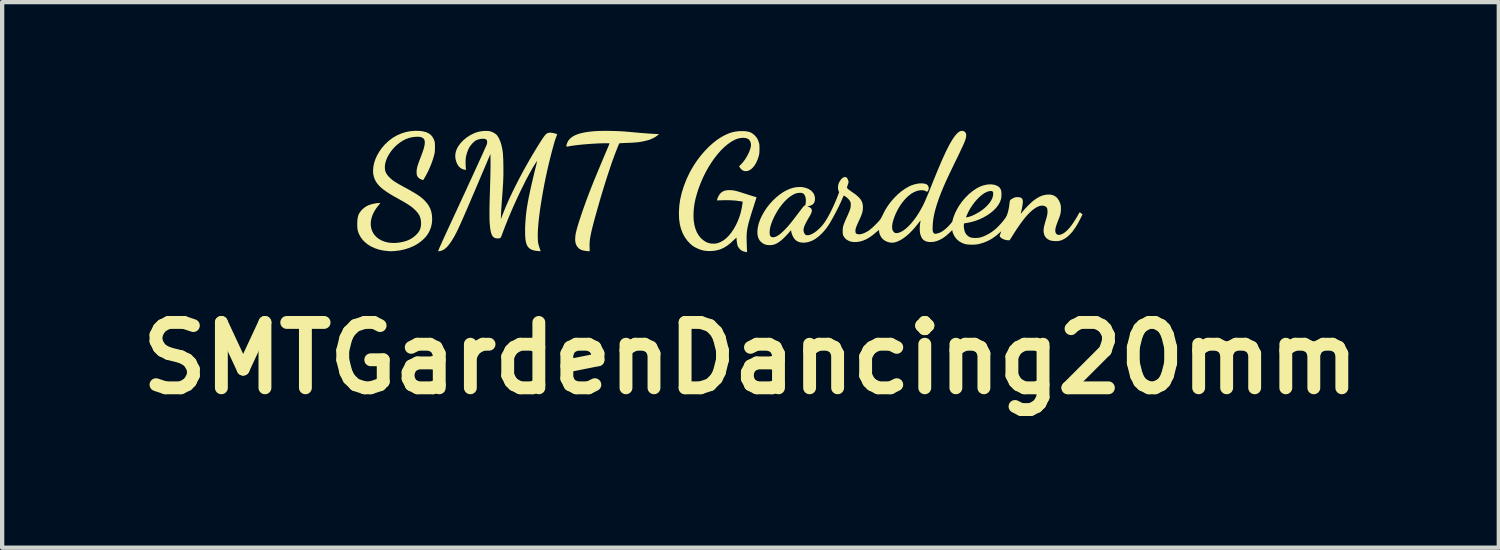
<source format=kicad_pcb>
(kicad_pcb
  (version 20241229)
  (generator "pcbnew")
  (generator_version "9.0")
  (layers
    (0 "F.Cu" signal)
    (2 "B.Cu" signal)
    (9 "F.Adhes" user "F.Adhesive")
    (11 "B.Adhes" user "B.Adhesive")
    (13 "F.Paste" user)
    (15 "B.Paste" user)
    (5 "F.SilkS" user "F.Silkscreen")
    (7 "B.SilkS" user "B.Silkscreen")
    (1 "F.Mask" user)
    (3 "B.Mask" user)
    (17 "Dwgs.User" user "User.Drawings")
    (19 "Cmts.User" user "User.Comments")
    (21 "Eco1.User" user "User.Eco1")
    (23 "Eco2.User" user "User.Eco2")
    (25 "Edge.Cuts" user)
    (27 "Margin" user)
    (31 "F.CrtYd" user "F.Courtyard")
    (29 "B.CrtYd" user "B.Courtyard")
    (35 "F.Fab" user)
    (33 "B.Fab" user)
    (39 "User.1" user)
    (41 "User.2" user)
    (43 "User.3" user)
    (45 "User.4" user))
  (footprint "SMTGardenDancing20mm"
    (layer "F.Cu")
    (at 14.449 5.303)
    (property "Reference" "SMTGardenDancing20mm" (at 0 0 0) (layer "F.SilkS") (effects (font (size 1.524 1.524) (thickness 0.3))))
    (attr board_only exclude_from_pos_files exclude_from_bom)
    (fp_poly (pts (xy -3.222 -5.3) (xy -3.2 -5.299) (xy -3.154 -5.298) (xy -3.114 -5.296) (xy -3.078 -5.295) (xy -3.044 -5.293) (xy -3.011 -5.292) (xy -2.976 -5.289) (xy -2.938 -5.287) (xy -2.895 -5.283) (xy -2.846 -5.279) (xy -2.789 -5.274) (xy -2.722 -5.268) (xy -2.643 -5.261) (xy -2.582 -5.255) (xy -2.517 -5.25) (xy -2.452 -5.245) (xy -2.39 -5.24) (xy -2.334 -5.236) (xy -2.288 -5.234) (xy -2.28 -5.233) (xy -2.238 -5.231) (xy -2.201 -5.229) (xy -2.17 -5.227) (xy -2.148 -5.226) (xy -2.136 -5.224) (xy -2.135 -5.224) (xy -2.139 -5.219) (xy -2.151 -5.209) (xy -2.17 -5.194) (xy -2.178 -5.188) (xy -2.236 -5.149) (xy -2.301 -5.117) (xy -2.373 -5.089) (xy -2.456 -5.067) (xy -2.515 -5.054) (xy -2.56 -5.046) (xy -2.604 -5.039) (xy -2.65 -5.034) (xy -2.701 -5.03) (xy -2.758 -5.026) (xy -2.824 -5.023) (xy -2.885 -5.021) (xy -2.931 -5.019) (xy -2.973 -5.017) (xy -3.009 -5.015) (xy -3.036 -5.013) (xy -3.054 -5.011) (xy -3.059 -5.01) (xy -3.064 -5.001) (xy -3.072 -4.982) (xy -3.084 -4.954) (xy -3.098 -4.918) (xy -3.115 -4.876) (xy -3.133 -4.83) (xy -3.152 -4.781) (xy -3.171 -4.731) (xy -3.189 -4.682) (xy -3.197 -4.66) (xy -3.236 -4.552) (xy -3.277 -4.431) (xy -3.32 -4.301) (xy -3.365 -4.162) (xy -3.411 -4.015) (xy -3.458 -3.862) (xy -3.505 -3.704) (xy -3.551 -3.543) (xy -3.559 -3.517) (xy -3.592 -3.398) (xy -3.622 -3.292) (xy -3.648 -3.196) (xy -3.671 -3.11) (xy -3.69 -3.033) (xy -3.707 -2.964) (xy -3.72 -2.902) (xy -3.731 -2.846) (xy -3.74 -2.795) (xy -3.746 -2.748) (xy -3.75 -2.704) (xy -3.752 -2.663) (xy -3.752 -2.623) (xy -3.751 -2.583) (xy -3.751 -2.578) (xy -3.75 -2.543) (xy -3.749 -2.519) (xy -3.75 -2.505) (xy -3.752 -2.497) (xy -3.755 -2.494) (xy -3.759 -2.494) (xy -3.77 -2.495) (xy -3.791 -2.497) (xy -3.818 -2.5) (xy -3.824 -2.5) (xy -3.885 -2.509) (xy -3.934 -2.522) (xy -3.975 -2.541) (xy -4.01 -2.568) (xy -4.039 -2.602) (xy -4.052 -2.621) (xy -4.073 -2.666) (xy -4.085 -2.72) (xy -4.088 -2.783) (xy -4.083 -2.853) (xy -4.074 -2.912) (xy -4.061 -2.966) (xy -4.044 -3.032) (xy -4.022 -3.107) (xy -3.996 -3.191) (xy -3.966 -3.283) (xy -3.933 -3.382) (xy -3.897 -3.486) (xy -3.858 -3.594) (xy -3.818 -3.705) (xy -3.775 -3.819) (xy -3.731 -3.933) (xy -3.686 -4.047) (xy -3.657 -4.12) (xy -3.639 -4.164) (xy -3.616 -4.219) (xy -3.59 -4.282) (xy -3.561 -4.352) (xy -3.53 -4.426) (xy -3.498 -4.504) (xy -3.465 -4.582) (xy -3.432 -4.66) (xy -3.401 -4.735) (xy -3.371 -4.805) (xy -3.344 -4.869) (xy -3.341 -4.877) (xy -3.324 -4.915) (xy -3.31 -4.949) (xy -3.299 -4.977) (xy -3.291 -4.997) (xy -3.287 -5.007) (xy -3.287 -5.008) (xy -3.293 -5.011) (xy -3.311 -5.012) (xy -3.339 -5.013) (xy -3.376 -5.013) (xy -3.42 -5.013) (xy -3.469 -5.011) (xy -3.522 -5.01) (xy -3.577 -5.007) (xy -3.593 -5.006) (xy -3.703 -5) (xy -3.811 -4.992) (xy -3.916 -4.983) (xy -4.015 -4.973) (xy -4.106 -4.962) (xy -4.186 -4.95) (xy -4.227 -4.943) (xy -4.253 -4.939) (xy -4.274 -4.935) (xy -4.287 -4.934) (xy -4.289 -4.933) (xy -4.293 -4.939) (xy -4.292 -4.954) (xy -4.288 -4.976) (xy -4.281 -5.001) (xy -4.272 -5.026) (xy -4.267 -5.038) (xy -4.239 -5.085) (xy -4.201 -5.127) (xy -4.153 -5.164) (xy -4.095 -5.197) (xy -4.026 -5.225) (xy -3.946 -5.249) (xy -3.854 -5.268) (xy -3.752 -5.283) (xy -3.637 -5.294) (xy -3.511 -5.3) (xy -3.373 -5.302)) (stroke (width 0) (type solid)) (fill yes) (layer "F.SilkS"))
    (fp_poly (pts (xy -0.138 -5.295) (xy -0.08 -5.288) (xy -0.03 -5.277) (xy 0.013 -5.26) (xy 0.052 -5.236) (xy 0.09 -5.205) (xy 0.1 -5.195) (xy 0.131 -5.161) (xy 0.155 -5.127) (xy 0.174 -5.09) (xy 0.191 -5.044) (xy 0.194 -5.033) (xy 0.201 -5.012) (xy 0.205 -4.992) (xy 0.208 -4.97) (xy 0.209 -4.944) (xy 0.21 -4.909) (xy 0.21 -4.88) (xy 0.209 -4.835) (xy 0.208 -4.8) (xy 0.205 -4.771) (xy 0.2 -4.745) (xy 0.195 -4.722) (xy 0.171 -4.644) (xy 0.141 -4.575) (xy 0.107 -4.513) (xy 0.069 -4.461) (xy 0.027 -4.418) (xy -0.017 -4.387) (xy -0.063 -4.368) (xy -0.09 -4.362) (xy -0.135 -4.363) (xy -0.176 -4.377) (xy -0.212 -4.402) (xy -0.244 -4.441) (xy -0.247 -4.446) (xy -0.265 -4.475) (xy -0.221 -4.52) (xy -0.179 -4.566) (xy -0.138 -4.619) (xy -0.101 -4.676) (xy -0.067 -4.735) (xy -0.038 -4.795) (xy -0.015 -4.853) (xy 0.002 -4.908) (xy 0.011 -4.957) (xy 0.011 -4.995) (xy 0.003 -5.034) (xy -0.014 -5.07) (xy -0.037 -5.1) (xy -0.044 -5.106) (xy -0.077 -5.124) (xy -0.119 -5.135) (xy -0.167 -5.139) (xy -0.22 -5.136) (xy -0.275 -5.126) (xy -0.329 -5.11) (xy -0.357 -5.098) (xy -0.438 -5.055) (xy -0.519 -5) (xy -0.6 -4.933) (xy -0.68 -4.856) (xy -0.758 -4.768) (xy -0.835 -4.672) (xy -0.908 -4.568) (xy -0.978 -4.457) (xy -1.044 -4.339) (xy -1.105 -4.216) (xy -1.16 -4.088) (xy -1.21 -3.957) (xy -1.224 -3.917) (xy -1.257 -3.808) (xy -1.284 -3.707) (xy -1.304 -3.61) (xy -1.318 -3.513) (xy -1.326 -3.42) (xy -1.329 -3.309) (xy -1.323 -3.206) (xy -1.308 -3.109) (xy -1.284 -3.02) (xy -1.252 -2.94) (xy -1.211 -2.869) (xy -1.163 -2.807) (xy -1.106 -2.756) (xy -1.042 -2.714) (xy -1.03 -2.708) (xy -0.974 -2.686) (xy -0.917 -2.674) (xy -0.865 -2.672) (xy -0.815 -2.674) (xy -0.772 -2.682) (xy -0.728 -2.697) (xy -0.69 -2.714) (xy -0.625 -2.751) (xy -0.562 -2.801) (xy -0.502 -2.862) (xy -0.444 -2.933) (xy -0.391 -3.013) (xy -0.341 -3.101) (xy -0.297 -3.195) (xy -0.259 -3.294) (xy -0.227 -3.398) (xy -0.204 -3.5) (xy -0.199 -3.526) (xy -0.195 -3.555) (xy -0.19 -3.585) (xy -0.186 -3.612) (xy -0.183 -3.634) (xy -0.182 -3.648) (xy -0.183 -3.651) (xy -0.189 -3.652) (xy -0.206 -3.655) (xy -0.23 -3.66) (xy -0.247 -3.662) (xy -0.357 -3.677) (xy -0.476 -3.684) (xy -0.606 -3.685) (xy -0.639 -3.684) (xy -0.781 -3.68) (xy -0.777 -3.702) (xy -0.771 -3.72) (xy -0.762 -3.744) (xy -0.757 -3.758) (xy -0.728 -3.811) (xy -0.694 -3.853) (xy -0.653 -3.884) (xy -0.606 -3.905) (xy -0.549 -3.917) (xy -0.493 -3.92) (xy -0.462 -3.919) (xy -0.431 -3.917) (xy -0.399 -3.913) (xy -0.365 -3.907) (xy -0.327 -3.898) (xy -0.283 -3.886) (xy -0.23 -3.87) (xy -0.168 -3.85) (xy -0.127 -3.837) (xy -0.077 -3.821) (xy -0.029 -3.805) (xy 0.014 -3.792) (xy 0.051 -3.78) (xy 0.08 -3.772) (xy 0.099 -3.767) (xy 0.102 -3.766) (xy 0.122 -3.761) (xy 0.136 -3.755) (xy 0.14 -3.751) (xy 0.138 -3.744) (xy 0.132 -3.725) (xy 0.124 -3.696) (xy 0.112 -3.66) (xy 0.098 -3.616) (xy 0.083 -3.567) (xy 0.067 -3.518) (xy 0.036 -3.421) (xy 0.009 -3.336) (xy -0.013 -3.261) (xy -0.033 -3.194) (xy -0.049 -3.133) (xy -0.062 -3.078) (xy -0.072 -3.027) (xy -0.08 -2.979) (xy -0.085 -2.932) (xy -0.089 -2.884) (xy -0.09 -2.834) (xy -0.09 -2.781) (xy -0.089 -2.724) (xy -0.087 -2.66) (xy -0.087 -2.653) (xy -0.085 -2.607) (xy -0.083 -2.565) (xy -0.082 -2.529) (xy -0.081 -2.502) (xy -0.08 -2.484) (xy -0.08 -2.478) (xy -0.082 -2.475) (xy -0.09 -2.474) (xy -0.105 -2.477) (xy -0.131 -2.483) (xy -0.135 -2.484) (xy -0.161 -2.491) (xy -0.187 -2.501) (xy -0.198 -2.506) (xy -0.228 -2.526) (xy -0.257 -2.555) (xy -0.282 -2.588) (xy -0.299 -2.621) (xy -0.305 -2.643) (xy -0.311 -2.673) (xy -0.317 -2.706) (xy -0.322 -2.741) (xy -0.324 -2.772) (xy -0.325 -2.796) (xy -0.324 -2.81) (xy -0.327 -2.81) (xy -0.338 -2.802) (xy -0.357 -2.786) (xy -0.382 -2.763) (xy -0.399 -2.747) (xy -0.475 -2.677) (xy -0.55 -2.62) (xy -0.625 -2.574) (xy -0.701 -2.54) (xy -0.78 -2.517) (xy -0.864 -2.503) (xy -0.95 -2.499) (xy -1.033 -2.502) (xy -1.108 -2.514) (xy -1.179 -2.535) (xy -1.245 -2.563) (xy -1.291 -2.586) (xy -1.328 -2.608) (xy -1.362 -2.632) (xy -1.396 -2.661) (xy -1.413 -2.678) (xy -1.479 -2.749) (xy -1.535 -2.829) (xy -1.582 -2.917) (xy -1.619 -3.014) (xy -1.646 -3.118) (xy -1.662 -3.228) (xy -1.666 -3.275) (xy -1.668 -3.42) (xy -1.659 -3.565) (xy -1.637 -3.712) (xy -1.602 -3.86) (xy -1.555 -4.01) (xy -1.496 -4.163) (xy -1.454 -4.255) (xy -1.391 -4.38) (xy -1.318 -4.502) (xy -1.239 -4.62) (xy -1.153 -4.732) (xy -1.062 -4.837) (xy -0.968 -4.934) (xy -0.87 -5.021) (xy -0.771 -5.098) (xy -0.683 -5.155) (xy -0.597 -5.202) (xy -0.516 -5.239) (xy -0.436 -5.266) (xy -0.356 -5.284) (xy -0.274 -5.294) (xy -0.207 -5.296)) (stroke (width 0) (type solid)) (fill yes) (layer "F.SilkS"))
    (fp_poly (pts (xy -7.712 -5.3) (xy -7.634 -5.29) (xy -7.567 -5.272) (xy -7.51 -5.247) (xy -7.462 -5.214) (xy -7.423 -5.173) (xy -7.392 -5.122) (xy -7.372 -5.074) (xy -7.366 -5.056) (xy -7.362 -5.039) (xy -7.359 -5.019) (xy -7.358 -4.995) (xy -7.357 -4.964) (xy -7.357 -4.922) (xy -7.357 -4.92) (xy -7.358 -4.874) (xy -7.359 -4.838) (xy -7.361 -4.809) (xy -7.365 -4.783) (xy -7.371 -4.756) (xy -7.373 -4.747) (xy -7.399 -4.655) (xy -7.432 -4.558) (xy -7.472 -4.458) (xy -7.517 -4.359) (xy -7.566 -4.264) (xy -7.597 -4.21) (xy -7.611 -4.187) (xy -7.622 -4.168) (xy -7.629 -4.157) (xy -7.63 -4.155) (xy -7.637 -4.155) (xy -7.653 -4.16) (xy -7.674 -4.168) (xy -7.695 -4.178) (xy -7.714 -4.187) (xy -7.722 -4.192) (xy -7.741 -4.208) (xy -7.759 -4.23) (xy -7.765 -4.239) (xy -7.774 -4.257) (xy -7.78 -4.275) (xy -7.783 -4.297) (xy -7.785 -4.328) (xy -7.785 -4.33) (xy -7.785 -4.366) (xy -7.781 -4.403) (xy -7.774 -4.443) (xy -7.762 -4.488) (xy -7.745 -4.541) (xy -7.722 -4.604) (xy -7.717 -4.617) (xy -7.693 -4.68) (xy -7.673 -4.731) (xy -7.658 -4.774) (xy -7.645 -4.809) (xy -7.635 -4.838) (xy -7.627 -4.863) (xy -7.62 -4.884) (xy -7.614 -4.905) (xy -7.61 -4.921) (xy -7.597 -4.982) (xy -7.593 -5.034) (xy -7.598 -5.076) (xy -7.612 -5.109) (xy -7.636 -5.134) (xy -7.669 -5.151) (xy -7.713 -5.162) (xy -7.725 -5.163) (xy -7.765 -5.165) (xy -7.813 -5.162) (xy -7.864 -5.157) (xy -7.914 -5.148) (xy -7.953 -5.139) (xy -8.03 -5.112) (xy -8.106 -5.074) (xy -8.179 -5.026) (xy -8.248 -4.971) (xy -8.312 -4.909) (xy -8.37 -4.841) (xy -8.42 -4.769) (xy -8.462 -4.695) (xy -8.494 -4.62) (xy -8.516 -4.544) (xy -8.525 -4.48) (xy -8.525 -4.423) (xy -8.517 -4.372) (xy -8.5 -4.325) (xy -8.473 -4.28) (xy -8.435 -4.234) (xy -8.417 -4.216) (xy -8.395 -4.195) (xy -8.373 -4.175) (xy -8.35 -4.156) (xy -8.324 -4.137) (xy -8.295 -4.117) (xy -8.26 -4.095) (xy -8.218 -4.07) (xy -8.169 -4.042) (xy -8.11 -4.009) (xy -8.057 -3.98) (xy -7.974 -3.935) (xy -7.902 -3.894) (xy -7.84 -3.858) (xy -7.786 -3.825) (xy -7.74 -3.794) (xy -7.7 -3.766) (xy -7.664 -3.738) (xy -7.633 -3.711) (xy -7.603 -3.683) (xy -7.6 -3.679) (xy -7.544 -3.617) (xy -7.5 -3.554) (xy -7.467 -3.489) (xy -7.443 -3.419) (xy -7.428 -3.341) (xy -7.426 -3.321) (xy -7.422 -3.228) (xy -7.43 -3.139) (xy -7.45 -3.053) (xy -7.48 -2.975) (xy -7.51 -2.917) (xy -7.544 -2.866) (xy -7.585 -2.816) (xy -7.62 -2.78) (xy -7.692 -2.717) (xy -7.774 -2.66) (xy -7.865 -2.611) (xy -7.964 -2.57) (xy -8.068 -2.537) (xy -8.177 -2.514) (xy -8.287 -2.5) (xy -8.321 -2.498) (xy -8.351 -2.496) (xy -8.375 -2.495) (xy -8.389 -2.494) (xy -8.39 -2.494) (xy -8.402 -2.495) (xy -8.424 -2.497) (xy -8.452 -2.499) (xy -8.47 -2.5) (xy -8.575 -2.514) (xy -8.674 -2.536) (xy -8.766 -2.568) (xy -8.851 -2.607) (xy -8.927 -2.655) (xy -8.994 -2.71) (xy -9.052 -2.771) (xy -9.099 -2.839) (xy -9.136 -2.913) (xy -9.155 -2.97) (xy -9.16 -2.994) (xy -9.165 -3.018) (xy -9.167 -3.045) (xy -9.169 -3.078) (xy -9.169 -3.121) (xy -9.169 -3.13) (xy -9.167 -3.201) (xy -9.161 -3.262) (xy -9.15 -3.314) (xy -9.133 -3.36) (xy -9.109 -3.401) (xy -9.078 -3.441) (xy -9.054 -3.467) (xy -9.005 -3.51) (xy -8.953 -3.545) (xy -8.895 -3.572) (xy -8.828 -3.593) (xy -8.754 -3.609) (xy -8.719 -3.615) (xy -8.687 -3.618) (xy -8.66 -3.62) (xy -8.642 -3.62) (xy -8.634 -3.617) (xy -8.633 -3.616) (xy -8.637 -3.61) (xy -8.648 -3.596) (xy -8.664 -3.577) (xy -8.671 -3.568) (xy -8.73 -3.491) (xy -8.778 -3.413) (xy -8.814 -3.335) (xy -8.839 -3.257) (xy -8.853 -3.181) (xy -8.854 -3.107) (xy -8.844 -3.035) (xy -8.822 -2.967) (xy -8.787 -2.903) (xy -8.775 -2.885) (xy -8.726 -2.83) (xy -8.667 -2.783) (xy -8.6 -2.745) (xy -8.526 -2.717) (xy -8.445 -2.697) (xy -8.358 -2.688) (xy -8.267 -2.689) (xy -8.19 -2.697) (xy -8.096 -2.715) (xy -8.012 -2.74) (xy -7.937 -2.773) (xy -7.87 -2.814) (xy -7.809 -2.864) (xy -7.793 -2.879) (xy -7.749 -2.929) (xy -7.717 -2.978) (xy -7.696 -3.029) (xy -7.684 -3.086) (xy -7.681 -3.15) (xy -7.682 -3.167) (xy -7.688 -3.231) (xy -7.703 -3.289) (xy -7.727 -3.342) (xy -7.762 -3.393) (xy -7.808 -3.445) (xy -7.815 -3.452) (xy -7.844 -3.479) (xy -7.872 -3.504) (xy -7.903 -3.529) (xy -7.937 -3.554) (xy -7.976 -3.58) (xy -8.02 -3.608) (xy -8.072 -3.639) (xy -8.132 -3.673) (xy -8.202 -3.713) (xy -8.233 -3.73) (xy -8.33 -3.784) (xy -8.414 -3.835) (xy -8.488 -3.883) (xy -8.551 -3.928) (xy -8.606 -3.972) (xy -8.652 -4.015) (xy -8.69 -4.058) (xy -8.722 -4.101) (xy -8.748 -4.146) (xy -8.758 -4.165) (xy -8.783 -4.235) (xy -8.798 -4.311) (xy -8.8 -4.391) (xy -8.792 -4.473) (xy -8.774 -4.558) (xy -8.745 -4.644) (xy -8.706 -4.73) (xy -8.657 -4.815) (xy -8.599 -4.897) (xy -8.532 -4.977) (xy -8.52 -4.989) (xy -8.435 -5.069) (xy -8.343 -5.138) (xy -8.246 -5.195) (xy -8.143 -5.24) (xy -8.035 -5.274) (xy -7.924 -5.295) (xy -7.811 -5.303)) (stroke (width 0) (type solid)) (fill yes) (layer "F.SilkS"))
    (fp_poly (pts (xy -6.099 -5.297) (xy -6.053 -5.287) (xy -6.011 -5.27) (xy -5.969 -5.247) (xy -5.932 -5.22) (xy -5.908 -5.196) (xy -5.885 -5.163) (xy -5.862 -5.121) (xy -5.84 -5.071) (xy -5.821 -5.018) (xy -5.807 -4.97) (xy -5.797 -4.926) (xy -5.788 -4.884) (xy -5.781 -4.843) (xy -5.775 -4.799) (xy -5.771 -4.752) (xy -5.768 -4.698) (xy -5.765 -4.638) (xy -5.763 -4.567) (xy -5.762 -4.497) (xy -5.761 -4.428) (xy -5.761 -4.365) (xy -5.761 -4.304) (xy -5.762 -4.244) (xy -5.764 -4.183) (xy -5.766 -4.12) (xy -5.77 -4.052) (xy -5.775 -3.978) (xy -5.78 -3.896) (xy -5.787 -3.804) (xy -5.794 -3.713) (xy -5.799 -3.651) (xy -5.803 -3.588) (xy -5.807 -3.526) (xy -5.811 -3.469) (xy -5.814 -3.419) (xy -5.816 -3.377) (xy -5.817 -3.35) (xy -5.821 -3.243) (xy -5.778 -3.353) (xy -5.716 -3.508) (xy -5.645 -3.671) (xy -5.566 -3.842) (xy -5.48 -4.017) (xy -5.388 -4.197) (xy -5.29 -4.38) (xy -5.187 -4.564) (xy -5.161 -4.61) (xy -4.973 -4.61) (xy -4.97 -4.607) (xy -4.967 -4.61) (xy -4.97 -4.613) (xy -4.973 -4.61) (xy -5.161 -4.61) (xy -5.08 -4.748) (xy -4.969 -4.932) (xy -4.919 -5.012) (xy -4.88 -5.073) (xy -4.847 -5.123) (xy -4.819 -5.164) (xy -4.794 -5.196) (xy -4.772 -5.22) (xy -4.751 -5.238) (xy -4.731 -5.249) (xy -4.71 -5.256) (xy -4.687 -5.259) (xy -4.662 -5.259) (xy -4.651 -5.258) (xy -4.626 -5.255) (xy -4.596 -5.25) (xy -4.566 -5.243) (xy -4.538 -5.235) (xy -4.518 -5.228) (xy -4.508 -5.223) (xy -4.509 -5.217) (xy -4.515 -5.201) (xy -4.523 -5.179) (xy -4.526 -5.173) (xy -4.536 -5.144) (xy -4.548 -5.111) (xy -4.56 -5.074) (xy -4.573 -5.031) (xy -4.588 -4.979) (xy -4.604 -4.918) (xy -4.624 -4.847) (xy -4.633 -4.813) (xy -4.67 -4.668) (xy -4.706 -4.52) (xy -4.741 -4.369) (xy -4.774 -4.217) (xy -4.805 -4.065) (xy -4.833 -3.914) (xy -4.859 -3.766) (xy -4.883 -3.621) (xy -4.904 -3.482) (xy -4.922 -3.348) (xy -4.937 -3.222) (xy -4.948 -3.105) (xy -4.956 -2.997) (xy -4.96 -2.9) (xy -4.96 -2.857) (xy -4.959 -2.798) (xy -4.957 -2.749) (xy -4.953 -2.706) (xy -4.946 -2.667) (xy -4.936 -2.628) (xy -4.923 -2.586) (xy -4.919 -2.574) (xy -4.909 -2.545) (xy -4.901 -2.521) (xy -4.896 -2.503) (xy -4.895 -2.496) (xy -4.895 -2.496) (xy -4.902 -2.496) (xy -4.92 -2.496) (xy -4.945 -2.498) (xy -4.964 -2.5) (xy -5.032 -2.51) (xy -5.089 -2.525) (xy -5.135 -2.548) (xy -5.173 -2.578) (xy -5.202 -2.617) (xy -5.223 -2.664) (xy -5.233 -2.697) (xy -5.243 -2.745) (xy -5.25 -2.805) (xy -5.254 -2.875) (xy -5.255 -2.953) (xy -5.255 -3.038) (xy -5.251 -3.128) (xy -5.245 -3.222) (xy -5.237 -3.319) (xy -5.226 -3.415) (xy -5.22 -3.461) (xy -5.207 -3.545) (xy -5.191 -3.639) (xy -5.171 -3.745) (xy -5.147 -3.859) (xy -5.121 -3.982) (xy -5.091 -4.111) (xy -5.059 -4.247) (xy -5.025 -4.387) (xy -5.023 -4.396) (xy -5.01 -4.445) (xy -4.999 -4.49) (xy -4.99 -4.53) (xy -4.983 -4.561) (xy -4.978 -4.584) (xy -4.976 -4.596) (xy -4.976 -4.598) (xy -4.98 -4.594) (xy -4.99 -4.58) (xy -5.004 -4.56) (xy -5.021 -4.534) (xy -5.022 -4.532) (xy -5.072 -4.451) (xy -5.125 -4.358) (xy -5.181 -4.256) (xy -5.24 -4.145) (xy -5.299 -4.026) (xy -5.36 -3.902) (xy -5.421 -3.774) (xy -5.481 -3.643) (xy -5.541 -3.51) (xy -5.599 -3.376) (xy -5.654 -3.244) (xy -5.706 -3.114) (xy -5.755 -2.988) (xy -5.8 -2.868) (xy -5.803 -2.859) (xy -5.815 -2.829) (xy -5.827 -2.81) (xy -5.843 -2.799) (xy -5.866 -2.795) (xy -5.899 -2.793) (xy -5.936 -2.797) (xy -5.967 -2.807) (xy -5.993 -2.824) (xy -6.016 -2.85) (xy -6.034 -2.885) (xy -6.05 -2.93) (xy -6.062 -2.985) (xy -6.072 -3.052) (xy -6.079 -3.132) (xy -6.08 -3.14) (xy -6.083 -3.185) (xy -6.085 -3.237) (xy -6.086 -3.297) (xy -6.086 -3.365) (xy -6.086 -3.443) (xy -6.085 -3.53) (xy -6.083 -3.628) (xy -6.08 -3.738) (xy -6.076 -3.859) (xy -6.073 -3.963) (xy -6.071 -4.043) (xy -6.068 -4.125) (xy -6.066 -4.207) (xy -6.065 -4.286) (xy -6.063 -4.361) (xy -6.062 -4.431) (xy -6.061 -4.492) (xy -6.061 -4.543) (xy -6.061 -4.567) (xy -6.063 -4.763) (xy -6.226 -4.38) (xy -6.293 -4.223) (xy -6.354 -4.078) (xy -6.411 -3.944) (xy -6.464 -3.821) (xy -6.512 -3.708) (xy -6.556 -3.605) (xy -6.597 -3.51) (xy -6.634 -3.424) (xy -6.668 -3.346) (xy -6.699 -3.275) (xy -6.727 -3.212) (xy -6.753 -3.154) (xy -6.776 -3.102) (xy -6.798 -3.056) (xy -6.817 -3.014) (xy -6.835 -2.976) (xy -6.852 -2.942) (xy -6.868 -2.911) (xy -6.883 -2.883) (xy -6.897 -2.856) (xy -6.911 -2.831) (xy -6.925 -2.807) (xy -6.94 -2.783) (xy -6.942 -2.778) (xy -6.988 -2.706) (xy -7.032 -2.646) (xy -7.074 -2.597) (xy -7.115 -2.559) (xy -7.156 -2.531) (xy -7.175 -2.521) (xy -7.203 -2.51) (xy -7.229 -2.501) (xy -7.253 -2.496) (xy -7.271 -2.495) (xy -7.279 -2.499) (xy -7.28 -2.501) (xy -7.279 -2.505) (xy -7.277 -2.513) (xy -7.273 -2.525) (xy -7.266 -2.54) (xy -7.258 -2.561) (xy -7.247 -2.587) (xy -7.233 -2.618) (xy -7.216 -2.656) (xy -7.196 -2.7) (xy -7.173 -2.752) (xy -7.146 -2.811) (xy -7.115 -2.878) (xy -7.08 -2.954) (xy -7.041 -3.039) (xy -6.997 -3.134) (xy -6.949 -3.238) (xy -6.896 -3.353) (xy -6.837 -3.479) (xy -6.774 -3.617) (xy -6.758 -3.65) (xy -6.715 -3.744) (xy -6.67 -3.84) (xy -6.625 -3.937) (xy -6.581 -4.035) (xy -6.536 -4.132) (xy -6.492 -4.227) (xy -6.449 -4.32) (xy -6.408 -4.411) (xy -6.368 -4.498) (xy -6.331 -4.58) (xy -6.296 -4.657) (xy -6.263 -4.728) (xy -6.234 -4.792) (xy -6.209 -4.849) (xy -6.187 -4.897) (xy -6.17 -4.936) (xy -6.157 -4.965) (xy -6.149 -4.983) (xy -6.147 -4.988) (xy -6.14 -5.02) (xy -6.14 -5.052) (xy -6.145 -5.079) (xy -6.15 -5.089) (xy -6.168 -5.105) (xy -6.195 -5.114) (xy -6.23 -5.119) (xy -6.27 -5.117) (xy -6.313 -5.11) (xy -6.356 -5.098) (xy -6.398 -5.081) (xy -6.401 -5.08) (xy -6.426 -5.063) (xy -6.455 -5.038) (xy -6.486 -5.008) (xy -6.515 -4.974) (xy -6.541 -4.94) (xy -6.558 -4.913) (xy -6.581 -4.866) (xy -6.603 -4.81) (xy -6.621 -4.751) (xy -6.634 -4.697) (xy -6.639 -4.66) (xy -6.642 -4.614) (xy -6.643 -4.563) (xy -6.642 -4.51) (xy -6.639 -4.459) (xy -6.638 -4.447) (xy -6.632 -4.392) (xy -6.664 -4.396) (xy -6.717 -4.41) (xy -6.762 -4.436) (xy -6.802 -4.473) (xy -6.834 -4.522) (xy -6.86 -4.582) (xy -6.863 -4.589) (xy -6.88 -4.661) (xy -6.884 -4.731) (xy -6.875 -4.799) (xy -6.853 -4.867) (xy -6.818 -4.935) (xy -6.811 -4.945) (xy -6.755 -5.021) (xy -6.688 -5.09) (xy -6.611 -5.152) (xy -6.527 -5.205) (xy -6.437 -5.249) (xy -6.402 -5.262) (xy -6.343 -5.28) (xy -6.28 -5.292) (xy -6.216 -5.3) (xy -6.155 -5.301)) (stroke (width 0) (type solid)) (fill yes) (layer "F.SilkS"))
    (fp_poly (pts (xy 4.965 -5.298) (xy 4.99 -5.285) (xy 5.013 -5.261) (xy 5.016 -5.257) (xy 5.024 -5.244) (xy 5.028 -5.227) (xy 5.03 -5.203) (xy 5.03 -5.191) (xy 5.029 -5.173) (xy 5.026 -5.155) (xy 5.022 -5.134) (xy 5.016 -5.111) (xy 5.007 -5.084) (xy 4.995 -5.052) (xy 4.98 -5.015) (xy 4.961 -4.971) (xy 4.937 -4.92) (xy 4.909 -4.861) (xy 4.877 -4.792) (xy 4.839 -4.713) (xy 4.802 -4.637) (xy 4.754 -4.54) (xy 4.713 -4.453) (xy 4.676 -4.377) (xy 4.643 -4.308) (xy 4.614 -4.247) (xy 4.589 -4.193) (xy 4.566 -4.143) (xy 4.545 -4.097) (xy 4.526 -4.053) (xy 4.507 -4.011) (xy 4.497 -3.987) (xy 4.437 -3.842) (xy 4.386 -3.706) (xy 4.344 -3.579) (xy 4.309 -3.461) (xy 4.282 -3.349) (xy 4.263 -3.245) (xy 4.252 -3.147) (xy 4.249 -3.096) (xy 4.247 -3.045) (xy 4.247 -3.006) (xy 4.249 -2.975) (xy 4.254 -2.952) (xy 4.261 -2.935) (xy 4.271 -2.921) (xy 4.274 -2.918) (xy 4.287 -2.907) (xy 4.298 -2.902) (xy 4.314 -2.902) (xy 4.328 -2.903) (xy 4.383 -2.916) (xy 4.437 -2.938) (xy 4.493 -2.972) (xy 4.551 -3.018) (xy 4.585 -3.049) (xy 4.624 -3.089) (xy 4.658 -3.125) (xy 4.684 -3.157) (xy 4.703 -3.183) (xy 4.712 -3.203) (xy 4.713 -3.209) (xy 4.716 -3.228) (xy 4.724 -3.256) (xy 4.734 -3.287) (xy 5.027 -3.287) (xy 5.033 -3.285) (xy 5.049 -3.287) (xy 5.075 -3.293) (xy 5.108 -3.302) (xy 5.127 -3.308) (xy 5.152 -3.317) (xy 5.184 -3.33) (xy 5.217 -3.346) (xy 5.236 -3.355) (xy 5.316 -3.399) (xy 5.391 -3.448) (xy 5.458 -3.5) (xy 5.516 -3.555) (xy 5.566 -3.611) (xy 5.606 -3.668) (xy 5.636 -3.725) (xy 5.654 -3.781) (xy 5.66 -3.832) (xy 5.658 -3.863) (xy 5.649 -3.884) (xy 5.634 -3.896) (xy 5.61 -3.9) (xy 5.604 -3.9) (xy 5.557 -3.894) (xy 5.506 -3.876) (xy 5.452 -3.848) (xy 5.397 -3.809) (xy 5.341 -3.762) (xy 5.286 -3.707) (xy 5.231 -3.644) (xy 5.179 -3.575) (xy 5.13 -3.501) (xy 5.095 -3.44) (xy 5.082 -3.415) (xy 5.068 -3.386) (xy 5.054 -3.356) (xy 5.042 -3.328) (xy 5.033 -3.305) (xy 5.027 -3.29) (xy 5.027 -3.287) (xy 4.734 -3.287) (xy 4.735 -3.291) (xy 4.75 -3.33) (xy 4.766 -3.371) (xy 4.784 -3.411) (xy 4.793 -3.43) (xy 4.853 -3.539) (xy 4.924 -3.643) (xy 5.005 -3.739) (xy 5.093 -3.827) (xy 5.189 -3.905) (xy 5.276 -3.963) (xy 5.346 -3.999) (xy 5.419 -4.027) (xy 5.492 -4.045) (xy 5.563 -4.054) (xy 5.632 -4.053) (xy 5.695 -4.042) (xy 5.742 -4.025) (xy 5.781 -4.003) (xy 5.811 -3.977) (xy 5.832 -3.944) (xy 5.846 -3.904) (xy 5.852 -3.854) (xy 5.853 -3.819) (xy 5.85 -3.76) (xy 5.841 -3.708) (xy 5.823 -3.657) (xy 5.814 -3.636) (xy 5.776 -3.569) (xy 5.726 -3.504) (xy 5.665 -3.443) (xy 5.595 -3.385) (xy 5.516 -3.331) (xy 5.43 -3.282) (xy 5.339 -3.239) (xy 5.243 -3.203) (xy 5.143 -3.174) (xy 5.042 -3.154) (xy 5.035 -3.153) (xy 4.98 -3.144) (xy 4.976 -3.114) (xy 4.974 -3.081) (xy 4.977 -3.04) (xy 4.985 -2.997) (xy 4.995 -2.958) (xy 5.004 -2.933) (xy 5.03 -2.89) (xy 5.066 -2.854) (xy 5.109 -2.826) (xy 5.125 -2.819) (xy 5.16 -2.81) (xy 5.203 -2.805) (xy 5.251 -2.804) (xy 5.301 -2.807) (xy 5.349 -2.814) (xy 5.369 -2.819) (xy 5.431 -2.84) (xy 5.498 -2.87) (xy 5.566 -2.906) (xy 5.631 -2.948) (xy 5.687 -2.99) (xy 5.74 -3.037) (xy 5.795 -3.091) (xy 5.848 -3.149) (xy 5.898 -3.209) (xy 5.941 -3.266) (xy 5.955 -3.287) (xy 5.973 -3.32) (xy 5.99 -3.364) (xy 6.006 -3.416) (xy 6.019 -3.474) (xy 6.03 -3.535) (xy 6.038 -3.596) (xy 6.039 -3.608) (xy 6.043 -3.643) (xy 6.049 -3.669) (xy 6.059 -3.688) (xy 6.075 -3.703) (xy 6.1 -3.719) (xy 6.126 -3.732) (xy 6.153 -3.745) (xy 6.174 -3.752) (xy 6.195 -3.756) (xy 6.221 -3.757) (xy 6.23 -3.757) (xy 6.273 -3.753) (xy 6.306 -3.743) (xy 6.33 -3.725) (xy 6.344 -3.699) (xy 6.351 -3.668) (xy 6.351 -3.647) (xy 6.349 -3.616) (xy 6.344 -3.577) (xy 6.337 -3.535) (xy 6.329 -3.49) (xy 6.32 -3.448) (xy 6.313 -3.42) (xy 6.308 -3.396) (xy 6.304 -3.378) (xy 6.302 -3.369) (xy 6.303 -3.369) (xy 6.307 -3.373) (xy 6.318 -3.385) (xy 6.334 -3.404) (xy 6.349 -3.423) (xy 6.379 -3.459) (xy 6.415 -3.499) (xy 6.455 -3.541) (xy 6.497 -3.583) (xy 6.537 -3.621) (xy 6.574 -3.655) (xy 6.606 -3.68) (xy 6.61 -3.684) (xy 6.672 -3.727) (xy 6.729 -3.76) (xy 6.783 -3.785) (xy 6.837 -3.802) (xy 6.894 -3.813) (xy 6.899 -3.814) (xy 6.967 -3.817) (xy 7.027 -3.81) (xy 7.08 -3.791) (xy 7.126 -3.761) (xy 7.165 -3.72) (xy 7.198 -3.667) (xy 7.199 -3.665) (xy 7.219 -3.619) (xy 7.232 -3.575) (xy 7.238 -3.529) (xy 7.239 -3.477) (xy 7.238 -3.454) (xy 7.236 -3.423) (xy 7.232 -3.394) (xy 7.227 -3.365) (xy 7.218 -3.334) (xy 7.207 -3.299) (xy 7.191 -3.256) (xy 7.171 -3.205) (xy 7.166 -3.191) (xy 7.141 -3.126) (xy 7.123 -3.072) (xy 7.112 -3.026) (xy 7.107 -2.988) (xy 7.108 -2.956) (xy 7.114 -2.929) (xy 7.118 -2.92) (xy 7.137 -2.895) (xy 7.163 -2.88) (xy 7.195 -2.876) (xy 7.231 -2.882) (xy 7.272 -2.898) (xy 7.315 -2.924) (xy 7.361 -2.96) (xy 7.382 -2.98) (xy 7.427 -3.026) (xy 7.474 -3.084) (xy 7.522 -3.151) (xy 7.571 -3.226) (xy 7.619 -3.305) (xy 7.649 -3.36) (xy 7.661 -3.383) (xy 7.671 -3.397) (xy 7.68 -3.4) (xy 7.692 -3.394) (xy 7.71 -3.38) (xy 7.72 -3.371) (xy 7.742 -3.353) (xy 7.685 -3.238) (xy 7.627 -3.131) (xy 7.568 -3.036) (xy 7.508 -2.953) (xy 7.446 -2.884) (xy 7.383 -2.827) (xy 7.319 -2.783) (xy 7.254 -2.752) (xy 7.213 -2.74) (xy 7.174 -2.733) (xy 7.129 -2.731) (xy 7.081 -2.732) (xy 7.036 -2.737) (xy 6.999 -2.745) (xy 6.993 -2.746) (xy 6.94 -2.77) (xy 6.898 -2.802) (xy 6.866 -2.843) (xy 6.846 -2.891) (xy 6.835 -2.947) (xy 6.835 -2.954) (xy 6.834 -2.989) (xy 6.838 -3.026) (xy 6.845 -3.069) (xy 6.857 -3.118) (xy 6.873 -3.177) (xy 6.88 -3.198) (xy 6.896 -3.253) (xy 6.909 -3.299) (xy 6.917 -3.336) (xy 6.923 -3.368) (xy 6.926 -3.397) (xy 6.926 -3.425) (xy 6.925 -3.438) (xy 6.922 -3.474) (xy 6.915 -3.501) (xy 6.902 -3.52) (xy 6.882 -3.536) (xy 6.867 -3.545) (xy 6.828 -3.557) (xy 6.784 -3.558) (xy 6.735 -3.548) (xy 6.683 -3.526) (xy 6.629 -3.494) (xy 6.572 -3.451) (xy 6.543 -3.426) (xy 6.498 -3.383) (xy 6.453 -3.336) (xy 6.407 -3.283) (xy 6.359 -3.223) (xy 6.308 -3.155) (xy 6.255 -3.079) (xy 6.197 -2.994) (xy 6.135 -2.898) (xy 6.095 -2.833) (xy 6.042 -2.75) (xy 6 -2.751) (xy 5.958 -2.756) (xy 5.916 -2.768) (xy 5.876 -2.786) (xy 5.843 -2.808) (xy 5.819 -2.832) (xy 5.817 -2.835) (xy 5.812 -2.844) (xy 5.811 -2.853) (xy 5.814 -2.866) (xy 5.821 -2.887) (xy 5.827 -2.902) (xy 5.836 -2.927) (xy 5.843 -2.946) (xy 5.846 -2.957) (xy 5.847 -2.959) (xy 5.842 -2.956) (xy 5.831 -2.947) (xy 5.814 -2.932) (xy 5.812 -2.929) (xy 5.722 -2.852) (xy 5.628 -2.786) (xy 5.529 -2.733) (xy 5.427 -2.691) (xy 5.322 -2.662) (xy 5.289 -2.656) (xy 5.247 -2.651) (xy 5.197 -2.648) (xy 5.145 -2.648) (xy 5.094 -2.65) (xy 5.047 -2.655) (xy 5.009 -2.661) (xy 5.003 -2.663) (xy 4.933 -2.688) (xy 4.87 -2.724) (xy 4.815 -2.769) (xy 4.77 -2.822) (xy 4.741 -2.873) (xy 4.728 -2.902) (xy 4.717 -2.929) (xy 4.711 -2.952) (xy 4.71 -2.957) (xy 4.707 -2.975) (xy 4.704 -2.985) (xy 4.704 -2.987) (xy 4.699 -2.982) (xy 4.686 -2.97) (xy 4.667 -2.952) (xy 4.645 -2.93) (xy 4.639 -2.925) (xy 4.565 -2.858) (xy 4.49 -2.803) (xy 4.415 -2.761) (xy 4.34 -2.731) (xy 4.266 -2.713) (xy 4.193 -2.709) (xy 4.152 -2.712) (xy 4.1 -2.723) (xy 4.057 -2.742) (xy 4.022 -2.77) (xy 3.994 -2.807) (xy 3.972 -2.856) (xy 3.957 -2.903) (xy 3.951 -2.936) (xy 3.948 -2.977) (xy 3.947 -3.025) (xy 3.948 -3.074) (xy 3.952 -3.12) (xy 3.957 -3.153) (xy 3.961 -3.178) (xy 3.964 -3.198) (xy 3.965 -3.21) (xy 3.965 -3.211) (xy 3.96 -3.207) (xy 3.949 -3.193) (xy 3.933 -3.173) (xy 3.914 -3.148) (xy 3.909 -3.141) (xy 3.836 -3.05) (xy 3.763 -2.969) (xy 3.69 -2.897) (xy 3.617 -2.835) (xy 3.546 -2.784) (xy 3.477 -2.744) (xy 3.411 -2.715) (xy 3.348 -2.698) (xy 3.296 -2.693) (xy 3.243 -2.699) (xy 3.189 -2.715) (xy 3.138 -2.739) (xy 3.094 -2.77) (xy 3.092 -2.772) (xy 3.059 -2.808) (xy 3.032 -2.85) (xy 3.012 -2.895) (xy 3.001 -2.939) (xy 3 -2.96) (xy 2.999 -2.977) (xy 2.996 -2.988) (xy 2.996 -2.988) (xy 2.99 -2.986) (xy 2.976 -2.976) (xy 2.956 -2.959) (xy 2.931 -2.939) (xy 2.924 -2.933) (xy 2.845 -2.867) (xy 2.769 -2.814) (xy 2.695 -2.772) (xy 2.621 -2.741) (xy 2.546 -2.72) (xy 2.476 -2.71) (xy 2.408 -2.709) (xy 2.345 -2.718) (xy 2.289 -2.738) (xy 2.24 -2.766) (xy 2.2 -2.803) (xy 2.17 -2.848) (xy 2.168 -2.853) (xy 2.16 -2.87) (xy 2.155 -2.886) (xy 2.152 -2.903) (xy 2.151 -2.926) (xy 2.15 -2.957) (xy 2.15 -2.97) (xy 2.151 -3.001) (xy 2.153 -3.03) (xy 2.157 -3.058) (xy 2.164 -3.087) (xy 2.174 -3.118) (xy 2.188 -3.155) (xy 2.206 -3.199) (xy 2.229 -3.251) (xy 2.245 -3.287) (xy 2.271 -3.344) (xy 2.291 -3.391) (xy 2.307 -3.43) (xy 2.319 -3.462) (xy 2.327 -3.489) (xy 2.333 -3.514) (xy 2.336 -3.537) (xy 2.338 -3.56) (xy 2.339 -3.591) (xy 2.338 -3.613) (xy 2.335 -3.631) (xy 2.327 -3.651) (xy 2.327 -3.652) (xy 2.311 -3.679) (xy 2.287 -3.708) (xy 2.257 -3.738) (xy 2.225 -3.763) (xy 2.201 -3.779) (xy 2.174 -3.794) (xy 2.164 -3.772) (xy 2.135 -3.703) (xy 2.106 -3.638) (xy 2.075 -3.573) (xy 2.043 -3.507) (xy 2.007 -3.437) (xy 1.967 -3.36) (xy 1.933 -3.297) (xy 1.891 -3.221) (xy 1.853 -3.155) (xy 1.817 -3.098) (xy 1.781 -3.047) (xy 1.745 -3) (xy 1.707 -2.956) (xy 1.666 -2.912) (xy 1.657 -2.903) (xy 1.603 -2.852) (xy 1.552 -2.811) (xy 1.502 -2.776) (xy 1.448 -2.746) (xy 1.448 -2.746) (xy 1.385 -2.72) (xy 1.321 -2.703) (xy 1.258 -2.695) (xy 1.197 -2.696) (xy 1.14 -2.707) (xy 1.09 -2.728) (xy 1.075 -2.737) (xy 1.038 -2.768) (xy 1.006 -2.81) (xy 0.979 -2.86) (xy 0.959 -2.916) (xy 0.95 -2.958) (xy 0.946 -2.986) (xy 0.898 -2.931) (xy 0.831 -2.857) (xy 0.769 -2.795) (xy 0.711 -2.744) (xy 0.656 -2.703) (xy 0.605 -2.673) (xy 0.557 -2.652) (xy 0.548 -2.65) (xy 0.508 -2.641) (xy 0.462 -2.637) (xy 0.416 -2.638) (xy 0.376 -2.643) (xy 0.332 -2.656) (xy 0.295 -2.674) (xy 0.259 -2.701) (xy 0.248 -2.71) (xy 0.212 -2.749) (xy 0.187 -2.795) (xy 0.17 -2.848) (xy 0.162 -2.909) (xy 0.162 -2.935) (xy 0.447 -2.935) (xy 0.449 -2.895) (xy 0.455 -2.866) (xy 0.466 -2.845) (xy 0.482 -2.83) (xy 0.502 -2.822) (xy 0.531 -2.821) (xy 0.564 -2.826) (xy 0.598 -2.837) (xy 0.609 -2.843) (xy 0.65 -2.867) (xy 0.697 -2.901) (xy 0.747 -2.945) (xy 0.801 -2.998) (xy 0.858 -3.058) (xy 0.915 -3.124) (xy 0.917 -3.127) (xy 0.936 -3.15) (xy 0.961 -3.181) (xy 0.991 -3.22) (xy 1.024 -3.263) (xy 1.059 -3.309) (xy 1.095 -3.356) (xy 1.112 -3.378) (xy 1.15 -3.429) (xy 1.182 -3.47) (xy 1.207 -3.503) (xy 1.227 -3.527) (xy 1.241 -3.543) (xy 1.252 -3.554) (xy 1.26 -3.559) (xy 1.263 -3.56) (xy 1.271 -3.561) (xy 1.276 -3.566) (xy 1.28 -3.578) (xy 1.285 -3.6) (xy 1.287 -3.614) (xy 1.292 -3.669) (xy 1.289 -3.72) (xy 1.28 -3.765) (xy 1.264 -3.803) (xy 1.243 -3.831) (xy 1.227 -3.843) (xy 1.2 -3.853) (xy 1.164 -3.857) (xy 1.124 -3.856) (xy 1.083 -3.849) (xy 1.044 -3.838) (xy 0.984 -3.809) (xy 0.922 -3.768) (xy 0.859 -3.717) (xy 0.796 -3.655) (xy 0.759 -3.614) (xy 0.69 -3.527) (xy 0.629 -3.436) (xy 0.572 -3.336) (xy 0.557 -3.305) (xy 0.517 -3.219) (xy 0.486 -3.14) (xy 0.464 -3.068) (xy 0.451 -3.001) (xy 0.447 -2.938) (xy 0.447 -2.935) (xy 0.162 -2.935) (xy 0.162 -2.97) (xy 0.172 -3.057) (xy 0.194 -3.147) (xy 0.227 -3.238) (xy 0.27 -3.33) (xy 0.321 -3.42) (xy 0.38 -3.509) (xy 0.446 -3.593) (xy 0.518 -3.673) (xy 0.595 -3.746) (xy 0.676 -3.813) (xy 0.76 -3.871) (xy 0.846 -3.919) (xy 0.932 -3.956) (xy 0.94 -3.958) (xy 1.014 -3.979) (xy 1.087 -3.99) (xy 1.159 -3.993) (xy 1.227 -3.987) (xy 1.291 -3.972) (xy 1.349 -3.949) (xy 1.399 -3.919) (xy 1.441 -3.882) (xy 1.474 -3.838) (xy 1.483 -3.82) (xy 1.498 -3.773) (xy 1.505 -3.725) (xy 1.501 -3.677) (xy 1.489 -3.635) (xy 1.477 -3.613) (xy 1.457 -3.591) (xy 1.427 -3.571) (xy 1.393 -3.556) (xy 1.361 -3.549) (xy 1.328 -3.545) (xy 1.368 -3.525) (xy 1.4 -3.506) (xy 1.42 -3.485) (xy 1.43 -3.462) (xy 1.43 -3.432) (xy 1.43 -3.431) (xy 1.427 -3.413) (xy 1.422 -3.395) (xy 1.413 -3.374) (xy 1.4 -3.348) (xy 1.382 -3.315) (xy 1.358 -3.274) (xy 1.348 -3.258) (xy 1.309 -3.188) (xy 1.278 -3.127) (xy 1.255 -3.075) (xy 1.242 -3.03) (xy 1.236 -2.993) (xy 1.238 -2.967) (xy 1.246 -2.936) (xy 1.26 -2.907) (xy 1.276 -2.885) (xy 1.287 -2.876) (xy 1.318 -2.868) (xy 1.356 -2.869) (xy 1.398 -2.881) (xy 1.444 -2.902) (xy 1.494 -2.932) (xy 1.545 -2.97) (xy 1.596 -3.015) (xy 1.648 -3.067) (xy 1.688 -3.113) (xy 1.725 -3.163) (xy 1.765 -3.224) (xy 1.807 -3.295) (xy 1.85 -3.374) (xy 1.893 -3.46) (xy 1.937 -3.552) (xy 1.979 -3.648) (xy 2.019 -3.746) (xy 2.037 -3.792) (xy 2.068 -3.873) (xy 2.053 -3.904) (xy 2.043 -3.937) (xy 2.04 -3.977) (xy 2.043 -4.02) (xy 2.052 -4.063) (xy 2.062 -4.09) (xy 2.087 -4.135) (xy 2.114 -4.173) (xy 2.143 -4.201) (xy 2.172 -4.219) (xy 2.2 -4.226) (xy 2.227 -4.222) (xy 2.242 -4.213) (xy 2.254 -4.198) (xy 2.267 -4.176) (xy 2.278 -4.149) (xy 2.285 -4.124) (xy 2.287 -4.111) (xy 2.285 -4.098) (xy 2.279 -4.076) (xy 2.271 -4.05) (xy 2.267 -4.038) (xy 2.248 -3.98) (xy 2.262 -3.959) (xy 2.273 -3.946) (xy 2.295 -3.929) (xy 2.324 -3.907) (xy 2.36 -3.882) (xy 2.377 -3.87) (xy 2.444 -3.823) (xy 2.499 -3.778) (xy 2.543 -3.734) (xy 2.577 -3.69) (xy 2.601 -3.645) (xy 2.615 -3.597) (xy 2.622 -3.545) (xy 2.621 -3.488) (xy 2.619 -3.464) (xy 2.615 -3.434) (xy 2.608 -3.403) (xy 2.598 -3.37) (xy 2.585 -3.333) (xy 2.567 -3.289) (xy 2.544 -3.237) (xy 2.527 -3.2) (xy 2.502 -3.146) (xy 2.483 -3.103) (xy 2.469 -3.068) (xy 2.458 -3.039) (xy 2.452 -3.015) (xy 2.448 -2.994) (xy 2.447 -2.974) (xy 2.447 -2.968) (xy 2.449 -2.937) (xy 2.457 -2.916) (xy 2.473 -2.902) (xy 2.497 -2.893) (xy 2.535 -2.889) (xy 2.58 -2.894) (xy 2.631 -2.91) (xy 2.686 -2.934) (xy 2.744 -2.967) (xy 2.765 -2.981) (xy 2.789 -3) (xy 2.82 -3.026) (xy 2.855 -3.057) (xy 2.892 -3.092) (xy 2.928 -3.128) (xy 2.963 -3.164) (xy 2.993 -3.196) (xy 3.016 -3.224) (xy 3.029 -3.24) (xy 3.043 -3.263) (xy 3.059 -3.294) (xy 3.076 -3.326) (xy 3.083 -3.341) (xy 3.136 -3.446) (xy 3.198 -3.547) (xy 3.27 -3.644) (xy 3.348 -3.735) (xy 3.432 -3.819) (xy 3.52 -3.893) (xy 3.612 -3.957) (xy 3.699 -4.007) (xy 3.758 -4.033) (xy 3.819 -4.053) (xy 3.879 -4.067) (xy 3.938 -4.076) (xy 3.993 -4.078) (xy 4.042 -4.074) (xy 4.084 -4.064) (xy 4.117 -4.048) (xy 4.127 -4.04) (xy 4.145 -4.014) (xy 4.155 -3.983) (xy 4.156 -3.95) (xy 4.147 -3.919) (xy 4.131 -3.895) (xy 4.114 -3.878) (xy 4.097 -3.892) (xy 4.069 -3.906) (xy 4.033 -3.915) (xy 3.989 -3.918) (xy 3.943 -3.914) (xy 3.895 -3.905) (xy 3.884 -3.902) (xy 3.817 -3.875) (xy 3.749 -3.836) (xy 3.682 -3.785) (xy 3.617 -3.722) (xy 3.554 -3.649) (xy 3.499 -3.574) (xy 3.455 -3.504) (xy 3.416 -3.432) (xy 3.382 -3.36) (xy 3.353 -3.288) (xy 3.33 -3.219) (xy 3.313 -3.154) (xy 3.304 -3.094) (xy 3.303 -3.042) (xy 3.306 -3.011) (xy 3.317 -2.98) (xy 3.334 -2.953) (xy 3.354 -2.932) (xy 3.376 -2.92) (xy 3.384 -2.919) (xy 3.421 -2.919) (xy 3.454 -2.925) (xy 3.488 -2.937) (xy 3.51 -2.947) (xy 3.568 -2.98) (xy 3.627 -3.025) (xy 3.689 -3.082) (xy 3.75 -3.148) (xy 3.812 -3.224) (xy 3.873 -3.308) (xy 3.931 -3.398) (xy 3.987 -3.496) (xy 4.036 -3.589) (xy 4.051 -3.622) (xy 4.07 -3.664) (xy 4.092 -3.715) (xy 4.116 -3.772) (xy 4.142 -3.832) (xy 4.167 -3.894) (xy 4.191 -3.955) (xy 4.194 -3.96) (xy 4.255 -4.115) (xy 4.314 -4.258) (xy 4.368 -4.39) (xy 4.419 -4.51) (xy 4.466 -4.62) (xy 4.511 -4.72) (xy 4.553 -4.81) (xy 4.593 -4.89) (xy 4.63 -4.963) (xy 4.665 -5.027) (xy 4.699 -5.083) (xy 4.731 -5.132) (xy 4.761 -5.175) (xy 4.791 -5.212) (xy 4.804 -5.226) (xy 4.839 -5.261) (xy 4.871 -5.284) (xy 4.902 -5.297) (xy 4.933 -5.302) (xy 4.934 -5.302)) (stroke (width 0) (type solid)) (fill yes) (layer "F.SilkS")))
  (gr_rect
    (start -3 -3)
    (end 31.898 9.721)
    (stroke (width 0.1) (type default))
    (fill no)
    (layer "Edge.Cuts")))
</source>
